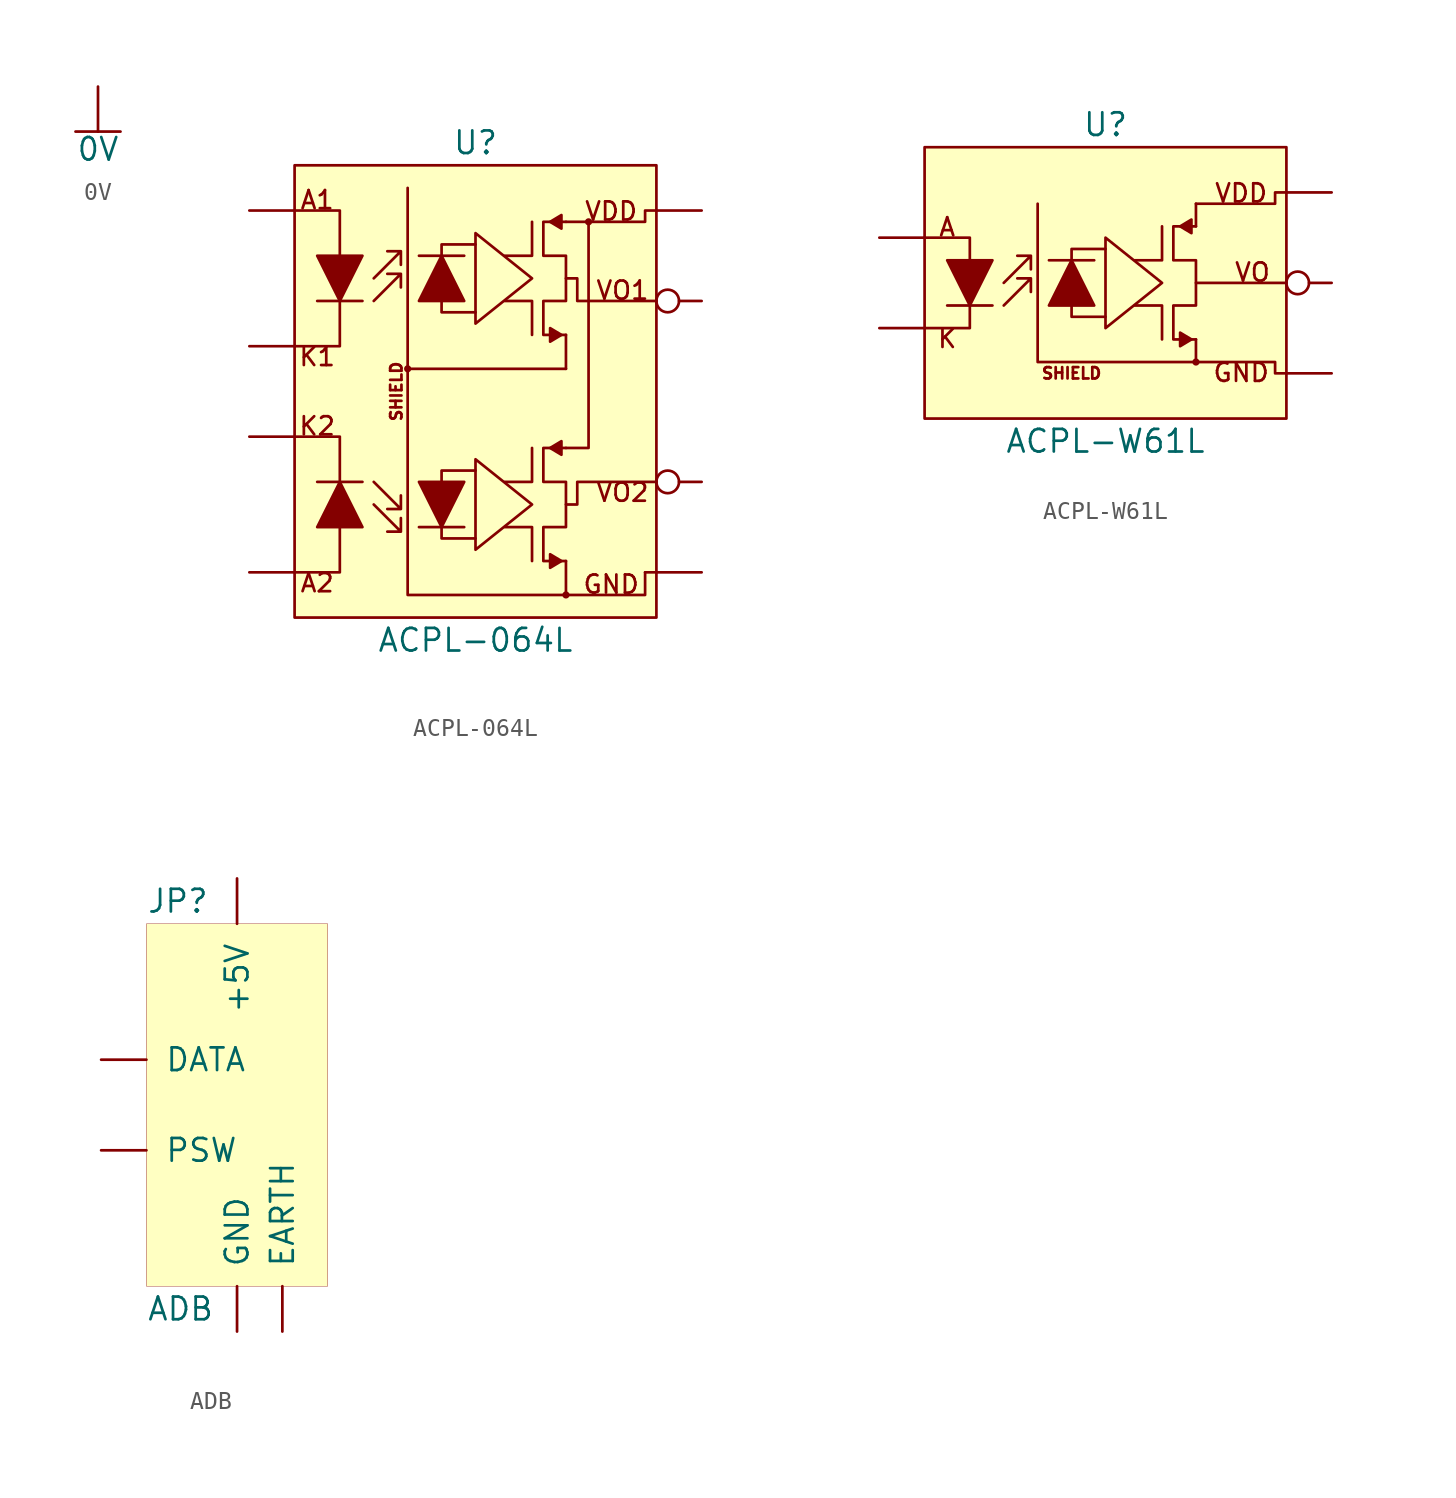
<source format=kicad_sym>
(kicad_symbol_lib
  (version 20211014)
  (generator kicad_symbol_editor)
  (symbol "0V"
    (power)
    (pin_names
      (offset 0))
    (property "Reference" "#PWR"
      (at 0 -5.08 0)
      (effects (font (size 1.27 1.27)) hide))
    (property "Value" "0V"
      (at 0 -2.794 0)
      (effects (font (size 1.27 1.27)) (justify top)))
    (symbol "0V_0_1"
      (polyline (pts (xy 0 -2.54) (xy -1.27 -2.54)) (stroke (width 0) (type default) (color 0 0 0 0)) (fill (type none)))
      (polyline (pts (xy 1.27 -2.54) (xy 0 -2.54)) (stroke (width 0) (type default) (color 0 0 0 0)) (fill (type none))))
    (symbol "0V_1_1"
      (polyline (pts (xy 0 -2.54) (xy 0 0)) (stroke (width 0) (type default) (color 0 0 0 0)) (fill (type none)))
      (pin power_in line (at 0 0 270) (length 0) hide (name "0V" (effects (font (size 1.27 1.27)))) (number "1" (effects (font (size 1.27 1.27)))))))
  (symbol "ACPL-064L"
    (pin_numbers hide)
    (pin_names hide)
    (property "Reference" "U"
      (at 0 13.97 0)
      (effects (font (size 1.27 1.27))))
    (property "Value" "ACPL-064L"
      (at 0 -13.97 0)
      (effects (font (size 1.27 1.27))))
    (symbol "ACPL-064L_0_0"
      (polyline (pts (xy 5.08 -6.35) (xy 5.715 -6.35) (xy 5.715 -5.08) (xy 10.16 -5.08)) (stroke (width 0.152) (type default) (color 0 0 0 0)) (fill (type none)))
      (text "A1" (at -8.89 10.16 0) (effects (font (size 1.016 1.016)) (justify bottom)))
      (text "A2" (at -8.89 -10.16 0) (effects (font (size 1.016 1.016)) (justify top)))
      (text "GND" (at 7.62 -11.43 0) (effects (font (size 1.016 1.016)) (justify bottom)))
      (text "K1" (at -8.89 2.54 0) (effects (font (size 1.016 1.016)) (justify top)))
      (text "K2" (at -8.89 -2.54 0) (effects (font (size 1.016 1.016)) (justify bottom)))
      (text "SHIELD" (at -4.445 0 900) (effects (font (size 0.635 0.635))))
      (text "VDD" (at 7.62 9.525 0) (effects (font (size 1.016 1.016)) (justify bottom)))
      (text "VO1" (at 8.255 5.08 0) (effects (font (size 1.016 1.016)) (justify bottom)))
      (text "VO2" (at 8.255 -5.08 0) (effects (font (size 1.016 1.016)) (justify top))))
    (symbol "ACPL-064L_0_1"
      (rectangle (start -10.16 12.7) (end 10.16 -12.7) (stroke (width 0.152) (type default) (color 0 0 0 0)) (fill (type background)))
      (circle (center -3.81 1.27) (radius 0.127) (stroke (width 0.152) (type default) (color 0 0 0 0)) (fill (type none)))
      (polyline (pts (xy -8.89 -5.08) (xy -6.35 -5.08)) (stroke (width 0.152) (type default) (color 0 0 0 0)) (fill (type none)))
      (polyline (pts (xy -8.89 5.08) (xy -6.35 5.08)) (stroke (width 0.152) (type default) (color 0 0 0 0)) (fill (type none)))
      (polyline (pts (xy -3.175 -7.62) (xy -0.635 -7.62)) (stroke (width 0.152) (type default) (color 0 0 0 0)) (fill (type none)))
      (polyline (pts (xy -3.175 7.62) (xy -0.635 7.62)) (stroke (width 0.152) (type default) (color 0 0 0 0)) (fill (type none)))
      (polyline (pts (xy 5.08 -9.525) (xy 5.08 -11.43)) (stroke (width 0.152) (type default) (color 0 0 0 0)) (fill (type none)))
      (polyline (pts (xy 5.08 1.27) (xy -3.81 1.27)) (stroke (width 0.152) (type default) (color 0 0 0 0)) (fill (type none)))
      (polyline (pts (xy 5.08 3.175) (xy 5.08 1.27)) (stroke (width 0.152) (type default) (color 0 0 0 0)) (fill (type none)))
      (polyline (pts (xy 9.525 -10.16) (xy 10.16 -10.16)) (stroke (width 0.152) (type default) (color 0 0 0 0)) (fill (type none)))
      (polyline (pts (xy -10.16 -2.54) (xy -7.62 -2.54) (xy -7.62 -5.08)) (stroke (width 0.152) (type default) (color 0 0 0 0)) (fill (type none)))
      (polyline (pts (xy -10.16 2.54) (xy -7.62 2.54) (xy -7.62 5.08)) (stroke (width 0.152) (type default) (color 0 0 0 0)) (fill (type none)))
      (polyline (pts (xy -7.62 -7.62) (xy -7.62 -10.16) (xy -10.16 -10.16)) (stroke (width 0.152) (type default) (color 0 0 0 0)) (fill (type none)))
      (polyline (pts (xy -7.62 7.62) (xy -7.62 10.16) (xy -10.16 10.16)) (stroke (width 0.152) (type default) (color 0 0 0 0)) (fill (type none)))
      (polyline (pts (xy -1.905 -7.62) (xy -1.905 -8.255) (xy 0 -8.255)) (stroke (width 0.152) (type default) (color 0 0 0 0)) (fill (type none)))
      (polyline (pts (xy -1.905 -5.08) (xy -1.905 -4.445) (xy 0 -4.445)) (stroke (width 0.152) (type default) (color 0 0 0 0)) (fill (type none)))
      (polyline (pts (xy -1.905 5.08) (xy -1.905 4.445) (xy 0 4.445)) (stroke (width 0.152) (type default) (color 0 0 0 0)) (fill (type none)))
      (polyline (pts (xy -1.905 7.62) (xy -1.905 8.255) (xy 0 8.255)) (stroke (width 0.152) (type default) (color 0 0 0 0)) (fill (type none)))
      (polyline (pts (xy 3.175 -9.525) (xy 3.175 -7.62) (xy 1.651 -7.62)) (stroke (width 0.152) (type default) (color 0 0 0 0)) (fill (type none)))
      (polyline (pts (xy 3.175 -3.175) (xy 3.175 -5.08) (xy 1.651 -5.08)) (stroke (width 0.152) (type default) (color 0 0 0 0)) (fill (type none)))
      (polyline (pts (xy 3.175 3.175) (xy 3.175 5.08) (xy 1.651 5.08)) (stroke (width 0.152) (type default) (color 0 0 0 0)) (fill (type none)))
      (polyline (pts (xy 3.175 9.525) (xy 3.175 7.62) (xy 1.651 7.62)) (stroke (width 0.152) (type default) (color 0 0 0 0)) (fill (type none)))
      (polyline (pts (xy 5.08 -3.175) (xy 6.35 -3.175) (xy 6.35 9.525)) (stroke (width 0.152) (type default) (color 0 0 0 0)) (fill (type none)))
      (polyline (pts (xy -3.81 11.43) (xy -3.81 -11.43) (xy 9.525 -11.43) (xy 9.525 -10.16)) (stroke (width 0.152) (type default) (color 0 0 0 0)) (fill (type none)))
      (polyline (pts (xy 5.08 6.35) (xy 5.715 6.35) (xy 5.715 5.08) (xy 10.16 5.08)) (stroke (width 0.152) (type default) (color 0 0 0 0)) (fill (type none)))
      (polyline (pts (xy 5.08 9.525) (xy 9.525 9.525) (xy 9.525 10.16) (xy 10.16 10.16)) (stroke (width 0.152) (type default) (color 0 0 0 0)) (fill (type none)))
      (polyline (pts (xy -8.89 7.62) (xy -6.35 7.62) (xy -7.62 5.08) (xy -8.89 7.62) (xy -6.35 7.62)) (stroke (width 0.152) (type default) (color 0 0 0 0)) (fill (type outline)))
      (polyline (pts (xy -6.35 -7.62) (xy -8.89 -7.62) (xy -7.62 -5.08) (xy -6.35 -7.62) (xy -8.89 -7.62)) (stroke (width 0.152) (type default) (color 0 0 0 0)) (fill (type outline)))
      (polyline (pts (xy -5.715 -6.35) (xy -4.191 -7.874) (xy -4.191 -7.112) (xy -4.191 -7.874) (xy -4.953 -7.874)) (stroke (width 0) (type default) (color 0 0 0 0)) (fill (type none)))
      (polyline (pts (xy -5.715 -5.08) (xy -4.191 -6.604) (xy -4.191 -5.842) (xy -4.191 -6.604) (xy -4.953 -6.604)) (stroke (width 0) (type default) (color 0 0 0 0)) (fill (type none)))
      (polyline (pts (xy -5.715 5.08) (xy -4.191 6.604) (xy -4.191 5.842) (xy -4.191 6.604) (xy -4.953 6.604)) (stroke (width 0) (type default) (color 0 0 0 0)) (fill (type none)))
      (polyline (pts (xy -5.715 6.35) (xy -4.191 7.874) (xy -4.191 7.112) (xy -4.191 7.874) (xy -4.953 7.874)) (stroke (width 0) (type default) (color 0 0 0 0)) (fill (type none)))
      (polyline (pts (xy -3.175 -5.08) (xy -0.635 -5.08) (xy -1.905 -7.62) (xy -3.175 -5.08) (xy -0.635 -5.08)) (stroke (width 0.152) (type default) (color 0 0 0 0)) (fill (type outline)))
      (polyline (pts (xy -0.635 5.08) (xy -3.175 5.08) (xy -1.905 7.62) (xy -0.635 5.08) (xy -3.175 5.08)) (stroke (width 0.152) (type default) (color 0 0 0 0)) (fill (type outline)))
      (polyline (pts (xy 0 -3.81) (xy 0 -8.89) (xy 3.175 -6.35) (xy 0 -3.81) (xy 0 -8.89)) (stroke (width 0.152) (type default) (color 0 0 0 0)) (fill (type none)))
      (polyline (pts (xy 0 8.89) (xy 0 3.81) (xy 3.175 6.35) (xy 0 8.89) (xy 0 3.81)) (stroke (width 0.152) (type default) (color 0 0 0 0)) (fill (type none)))
      (polyline (pts (xy 4.191 -3.175) (xy 4.826 -2.794) (xy 4.826 -3.556) (xy 4.191 -3.175) (xy 4.826 -2.794)) (stroke (width 0.152) (type default) (color 0 0 0 0)) (fill (type outline)))
      (polyline (pts (xy 4.191 9.525) (xy 4.826 9.906) (xy 4.826 9.144) (xy 4.191 9.525) (xy 4.826 9.906)) (stroke (width 0.152) (type default) (color 0 0 0 0)) (fill (type outline)))
      (polyline (pts (xy 4.826 -9.525) (xy 4.191 -9.906) (xy 4.191 -9.144) (xy 4.826 -9.525) (xy 4.191 -9.906)) (stroke (width 0.152) (type default) (color 0 0 0 0)) (fill (type outline)))
      (polyline (pts (xy 4.826 3.175) (xy 4.191 2.794) (xy 4.191 3.556) (xy 4.826 3.175) (xy 4.191 2.794)) (stroke (width 0.152) (type default) (color 0 0 0 0)) (fill (type outline)))
      (polyline (pts (xy 5.08 -9.525) (xy 3.81 -9.525) (xy 3.81 -7.62) (xy 5.08 -7.62) (xy 5.08 -5.08) (xy 3.81 -5.08) (xy 3.81 -3.175) (xy 5.08 -3.175)) (stroke (width 0.152) (type default) (color 0 0 0 0)) (fill (type none)))
      (polyline (pts (xy 5.08 3.175) (xy 3.81 3.175) (xy 3.81 5.08) (xy 5.08 5.08) (xy 5.08 7.62) (xy 3.81 7.62) (xy 3.81 9.525) (xy 5.08 9.525)) (stroke (width 0.152) (type default) (color 0 0 0 0)) (fill (type none)))
      (circle (center 5.08 -11.43) (radius 0.127) (stroke (width 0.152) (type default) (color 0 0 0 0)) (fill (type none)))
      (circle (center 6.35 9.525) (radius 0.127) (stroke (width 0.152) (type default) (color 0 0 0 0)) (fill (type none))))
    (symbol "ACPL-064L_1_1"
      (pin passive line (at -12.7 10.16 0) (length 2.54) (name "A1" (effects (font (size 1.27 1.27)))) (number "1" (effects (font (size 1.27 1.27)))))
      (pin passive line (at -12.7 2.54 0) (length 2.54) (name "K1" (effects (font (size 1.27 1.27)))) (number "2" (effects (font (size 1.27 1.27)))))
      (pin passive line (at -12.7 -2.54 0) (length 2.54) (name "K2" (effects (font (size 1.27 1.27)))) (number "3" (effects (font (size 1.27 1.27)))))
      (pin passive line (at -12.7 -10.16 0) (length 2.54) (name "A2" (effects (font (size 1.27 1.27)))) (number "4" (effects (font (size 1.27 1.27)))))
      (pin power_in line (at 12.7 -10.16 180) (length 2.54) (name "GND" (effects (font (size 1.27 1.27)))) (number "5" (effects (font (size 1.27 1.27)))))
      (pin output inverted (at 12.7 -5.08 180) (length 2.54) (name "VO2" (effects (font (size 1.27 1.27)))) (number "6" (effects (font (size 1.27 1.27)))))
      (pin output inverted (at 12.7 5.08 180) (length 2.54) (name "VO1" (effects (font (size 1.27 1.27)))) (number "7" (effects (font (size 1.27 1.27)))))
      (pin power_in line (at 12.7 10.16 180) (length 2.54) (name "VDD" (effects (font (size 1.27 1.27)))) (number "8" (effects (font (size 1.27 1.27)))))))
  (symbol "ACPL-W61L"
    (pin_numbers hide)
    (pin_names hide)
    (property "Reference" "U"
      (at 0 8.89 0)
      (effects (font (size 1.27 1.27))))
    (property "Value" "ACPL-W61L"
      (at 0 -8.89 0)
      (effects (font (size 1.27 1.27))))
    (symbol "ACPL-W61L_0_0"
      (polyline (pts (xy 10.16 0) (xy 5.08 0)) (stroke (width 0.152) (type default) (color 0 0 0 0)) (fill (type none)))
      (polyline (pts (xy 5.08 -4.445) (xy -3.81 -4.445) (xy -3.81 4.445)) (stroke (width 0.152) (type default) (color 0 0 0 0)) (fill (type none)))
      (polyline (pts (xy 10.16 -5.08) (xy 9.525 -5.08) (xy 9.525 -4.445) (xy 5.08 -4.445)) (stroke (width 0.152) (type default) (color 0 0 0 0)) (fill (type none)))
      (text "A" (at -8.89 2.54 0) (effects (font (size 1.016 1.016)) (justify bottom)))
      (text "GND" (at 7.62 -4.445 0) (effects (font (size 1.016 1.016)) (justify top)))
      (text "K" (at -8.89 -2.54 0) (effects (font (size 1.016 1.016)) (justify top)))
      (text "SHIELD" (at -1.905 -5.08 0) (effects (font (size 0.635 0.635))))
      (text "VDD" (at 7.62 4.445 0) (effects (font (size 1.016 1.016)) (justify bottom)))
      (text "VO" (at 8.255 0 0) (effects (font (size 1.016 1.016)) (justify bottom))))
    (symbol "ACPL-W61L_0_1"
      (rectangle (start -10.16 7.62) (end 10.16 -7.62) (stroke (width 0.152) (type default) (color 0 0 0 0)) (fill (type background)))
      (polyline (pts (xy -8.89 -1.27) (xy -6.35 -1.27)) (stroke (width 0.152) (type default) (color 0 0 0 0)) (fill (type none)))
      (polyline (pts (xy -3.175 1.27) (xy -0.635 1.27)) (stroke (width 0.152) (type default) (color 0 0 0 0)) (fill (type none)))
      (polyline (pts (xy 5.08 -3.175) (xy 5.08 -4.445)) (stroke (width 0.152) (type default) (color 0 0 0 0)) (fill (type none)))
      (polyline (pts (xy 5.08 4.445) (xy 5.08 3.175)) (stroke (width 0.152) (type default) (color 0 0 0 0)) (fill (type none)))
      (polyline (pts (xy -10.16 -2.54) (xy -7.62 -2.54) (xy -7.62 -1.27)) (stroke (width 0.152) (type default) (color 0 0 0 0)) (fill (type none)))
      (polyline (pts (xy -7.62 1.27) (xy -7.62 2.54) (xy -10.16 2.54)) (stroke (width 0.152) (type default) (color 0 0 0 0)) (fill (type none)))
      (polyline (pts (xy -1.905 -1.27) (xy -1.905 -1.905) (xy 0 -1.905)) (stroke (width 0.152) (type default) (color 0 0 0 0)) (fill (type none)))
      (polyline (pts (xy -1.905 1.27) (xy -1.905 1.905) (xy 0 1.905)) (stroke (width 0.152) (type default) (color 0 0 0 0)) (fill (type none)))
      (polyline (pts (xy 3.175 -3.175) (xy 3.175 -1.27) (xy 1.651 -1.27)) (stroke (width 0.152) (type default) (color 0 0 0 0)) (fill (type none)))
      (polyline (pts (xy 3.175 3.175) (xy 3.175 1.27) (xy 1.651 1.27)) (stroke (width 0.152) (type default) (color 0 0 0 0)) (fill (type none)))
      (polyline (pts (xy 5.08 4.445) (xy 9.525 4.445) (xy 9.525 5.08) (xy 10.16 5.08)) (stroke (width 0.152) (type default) (color 0 0 0 0)) (fill (type none)))
      (polyline (pts (xy -8.89 1.27) (xy -6.35 1.27) (xy -7.62 -1.27) (xy -8.89 1.27) (xy -6.35 1.27)) (stroke (width 0.152) (type default) (color 0 0 0 0)) (fill (type outline)))
      (polyline (pts (xy -5.715 -1.27) (xy -4.191 0.254) (xy -4.191 -0.508) (xy -4.191 0.254) (xy -4.953 0.254)) (stroke (width 0) (type default) (color 0 0 0 0)) (fill (type none)))
      (polyline (pts (xy -5.715 0) (xy -4.191 1.524) (xy -4.191 0.762) (xy -4.191 1.524) (xy -4.953 1.524)) (stroke (width 0) (type default) (color 0 0 0 0)) (fill (type none)))
      (polyline (pts (xy -0.635 -1.27) (xy -3.175 -1.27) (xy -1.905 1.27) (xy -0.635 -1.27) (xy -3.175 -1.27)) (stroke (width 0.152) (type default) (color 0 0 0 0)) (fill (type outline)))
      (polyline (pts (xy 0 2.54) (xy 0 -2.54) (xy 3.175 0) (xy 0 2.54) (xy 0 -2.54)) (stroke (width 0.152) (type default) (color 0 0 0 0)) (fill (type none)))
      (polyline (pts (xy 4.191 3.175) (xy 4.826 3.556) (xy 4.826 2.794) (xy 4.191 3.175) (xy 4.826 3.556)) (stroke (width 0.152) (type default) (color 0 0 0 0)) (fill (type outline)))
      (polyline (pts (xy 4.826 -3.175) (xy 4.191 -3.556) (xy 4.191 -2.794) (xy 4.826 -3.175) (xy 4.191 -3.556)) (stroke (width 0.152) (type default) (color 0 0 0 0)) (fill (type outline)))
      (polyline (pts (xy 5.08 -3.175) (xy 3.81 -3.175) (xy 3.81 -1.27) (xy 5.08 -1.27) (xy 5.08 1.27) (xy 3.81 1.27) (xy 3.81 3.175) (xy 5.08 3.175)) (stroke (width 0.152) (type default) (color 0 0 0 0)) (fill (type none)))
      (circle (center 5.08 -4.445) (radius 0.127) (stroke (width 0.152) (type default) (color 0 0 0 0)) (fill (type none))))
    (symbol "ACPL-W61L_1_1"
      (pin passive line (at -12.7 2.54 0) (length 2.54) (name "A" (effects (font (size 1.27 1.27)))) (number "1" (effects (font (size 1.27 1.27)))))
      (pin passive line (at -12.7 -2.54 0) (length 2.54) (name "K" (effects (font (size 1.27 1.27)))) (number "3" (effects (font (size 1.27 1.27)))))
      (pin power_in line (at 12.7 -5.08 180) (length 2.54) (name "GND" (effects (font (size 1.27 1.27)))) (number "4" (effects (font (size 1.27 1.27)))))
      (pin output inverted (at 12.7 0 180) (length 2.54) (name "VO" (effects (font (size 1.27 1.27)))) (number "5" (effects (font (size 1.27 1.27)))))
      (pin power_in line (at 12.7 5.08 180) (length 2.54) (name "VDD" (effects (font (size 1.27 1.27)))) (number "6" (effects (font (size 1.27 1.27)))))))
  (symbol "ADB"
    (pin_names
      (offset 1.016))
    (property "Reference" "JP"
      (at -5.08 11.43 0)
      (effects (font (size 1.27 1.27)) (justify left)))
    (property "Value" "ADB"
      (at -5.08 -11.43 0)
      (effects (font (size 1.27 1.27)) (justify left)))
    (symbol "ADB_0_1"
      (rectangle (start -5.08 10.16) (end 5.08 -10.16) (stroke (width 0.001) (type default) (color 0 0 0 0)) (fill (type background))))
    (symbol "ADB_1_0"
      (pin bidirectional line (at -7.62 2.54 0) (length 2.54) (name "DATA" (effects (font (size 1.27 1.27)))) (number "1" (effects (font (size 0 0)))))
      (pin bidirectional line (at -7.62 -2.54 0) (length 2.54) (name "PSW" (effects (font (size 1.27 1.27)))) (number "2" (effects (font (size 0 0)))))
      (pin power_in line (at 0 12.7 270) (length 2.54) (name "+5V" (effects (font (size 1.27 1.27)))) (number "3" (effects (font (size 0 0)))))
      (pin power_in line (at 0 -12.7 90) (length 2.54) (name "GND" (effects (font (size 1.27 1.27)))) (number "4" (effects (font (size 0 0)))))
      (pin passive line (at 2.54 -12.7 90) (length 2.54) (name "EARTH" (effects (font (size 1.27 1.27)))) (number "PE" (effects (font (size 0 0))))))))
</source>
